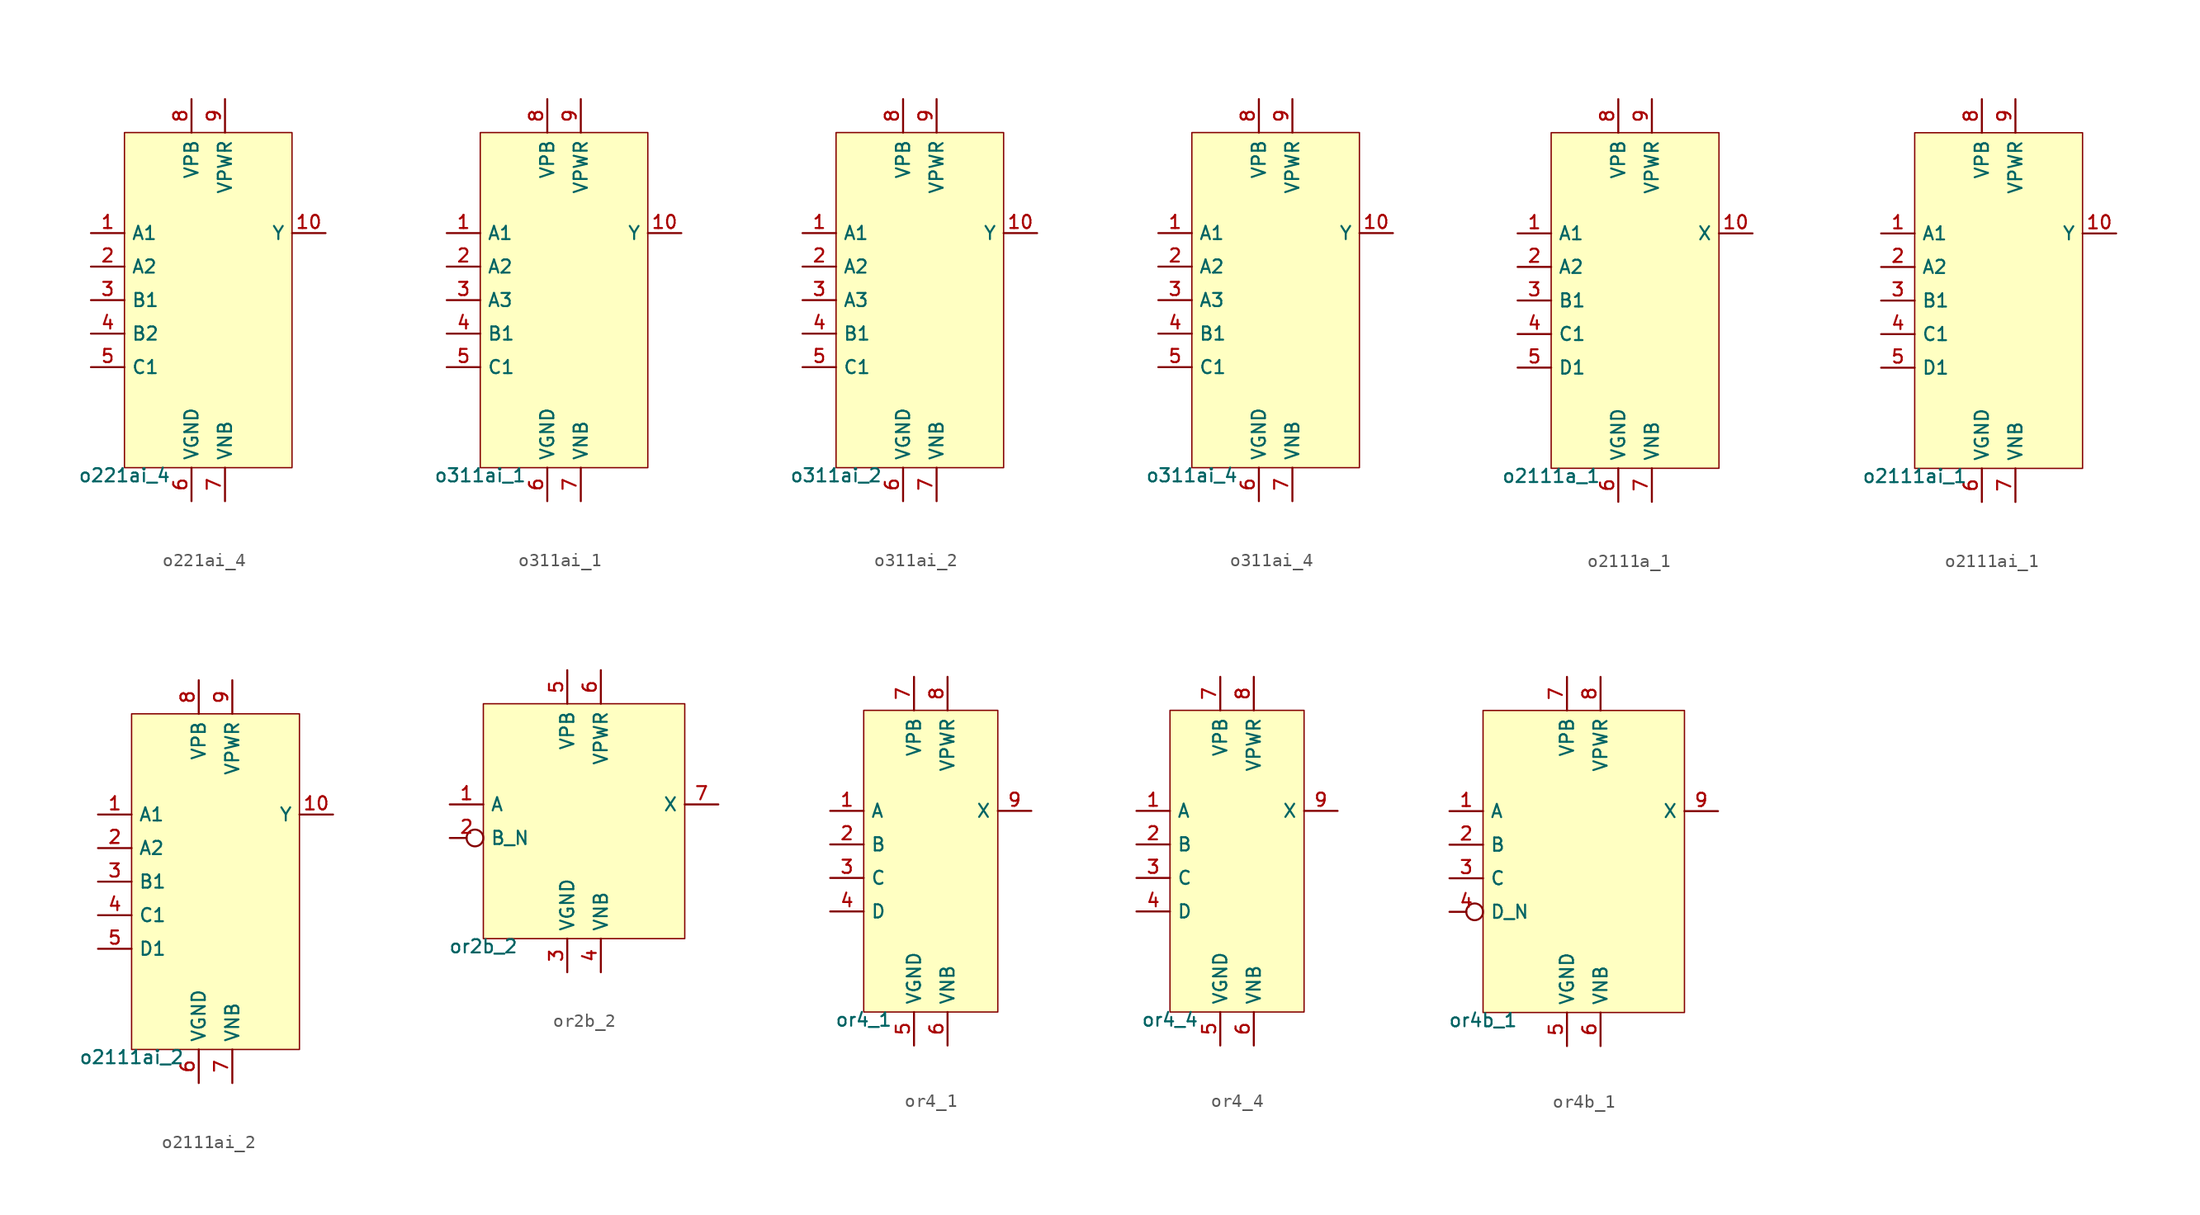
<source format=kicad_sym>
(kicad_symbol_lib
  (version 20211014)
  (generator pdk2kicad)
  (symbol "o221ai_4"
    (property "Reference" "X"
      (at 0 0 0)
      (effects (font (size 1 1)) hide))
    (property "Value" "o221ai_4"
      (at -6.35 -12.7 0)
      (effects (font (size 1 1)) (justify top)))
    (rectangle
      (start -6.35 -12.7)
      (end 6.35 12.7)
      (stroke (width 0.1) (type solid) (color 0 0 0 0))
      (fill (type background)))
    (pin input line
      (at -8.89 5.08 0)
      (length 2.54)
      (name "A1" (effects (font (size 1 1)) hide))
      (number "1" (effects (font (size 1 1)) hide)))
    (pin input line
      (at -8.89 2.54 0)
      (length 2.54)
      (name "A2" (effects (font (size 1 1)) hide))
      (number "2" (effects (font (size 1 1)) hide)))
    (pin input line
      (at -8.89 -8.881784197001252e-16 0)
      (length 2.54)
      (name "B1" (effects (font (size 1 1)) hide))
      (number "3" (effects (font (size 1 1)) hide)))
    (pin input line
      (at -8.89 -2.54 0)
      (length 2.54)
      (name "B2" (effects (font (size 1 1)) hide))
      (number "4" (effects (font (size 1 1)) hide)))
    (pin input line
      (at -8.89 -5.08 0)
      (length 2.54)
      (name "C1" (effects (font (size 1 1)) hide))
      (number "5" (effects (font (size 1 1)) hide)))
    (pin power_in line
      (at -1.27 -15.24 90)
      (length 2.54)
      (name "VGND" (effects (font (size 1 1)) hide))
      (number "6" (effects (font (size 1 1)) hide)))
    (pin power_in line
      (at 1.27 -15.24 90)
      (length 2.54)
      (name "VNB" (effects (font (size 1 1)) hide))
      (number "7" (effects (font (size 1 1)) hide)))
    (pin power_in line
      (at -1.27 15.24 270)
      (length 2.54)
      (name "VPB" (effects (font (size 1 1)) hide))
      (number "8" (effects (font (size 1 1)) hide)))
    (pin power_in line
      (at 1.27 15.24 270)
      (length 2.54)
      (name "VPWR" (effects (font (size 1 1)) hide))
      (number "9" (effects (font (size 1 1)) hide)))
    (pin output line
      (at 8.89 5.08 180)
      (length 2.54)
      (name "Y" (effects (font (size 1 1)) hide))
      (number "10" (effects (font (size 1 1)) hide))))
  (symbol "o311ai_1"
    (property "Reference" "X"
      (at 0 0 0)
      (effects (font (size 1 1)) hide))
    (property "Value" "o311ai_1"
      (at -6.35 -12.7 0)
      (effects (font (size 1 1)) (justify top)))
    (rectangle
      (start -6.35 -12.7)
      (end 6.35 12.7)
      (stroke (width 0.1) (type solid) (color 0 0 0 0))
      (fill (type background)))
    (pin input line
      (at -8.89 5.08 0)
      (length 2.54)
      (name "A1" (effects (font (size 1 1)) hide))
      (number "1" (effects (font (size 1 1)) hide)))
    (pin input line
      (at -8.89 2.54 0)
      (length 2.54)
      (name "A2" (effects (font (size 1 1)) hide))
      (number "2" (effects (font (size 1 1)) hide)))
    (pin input line
      (at -8.89 -8.881784197001252e-16 0)
      (length 2.54)
      (name "A3" (effects (font (size 1 1)) hide))
      (number "3" (effects (font (size 1 1)) hide)))
    (pin input line
      (at -8.89 -2.54 0)
      (length 2.54)
      (name "B1" (effects (font (size 1 1)) hide))
      (number "4" (effects (font (size 1 1)) hide)))
    (pin input line
      (at -8.89 -5.08 0)
      (length 2.54)
      (name "C1" (effects (font (size 1 1)) hide))
      (number "5" (effects (font (size 1 1)) hide)))
    (pin power_in line
      (at -1.27 -15.24 90)
      (length 2.54)
      (name "VGND" (effects (font (size 1 1)) hide))
      (number "6" (effects (font (size 1 1)) hide)))
    (pin power_in line
      (at 1.27 -15.24 90)
      (length 2.54)
      (name "VNB" (effects (font (size 1 1)) hide))
      (number "7" (effects (font (size 1 1)) hide)))
    (pin power_in line
      (at -1.27 15.24 270)
      (length 2.54)
      (name "VPB" (effects (font (size 1 1)) hide))
      (number "8" (effects (font (size 1 1)) hide)))
    (pin power_in line
      (at 1.27 15.24 270)
      (length 2.54)
      (name "VPWR" (effects (font (size 1 1)) hide))
      (number "9" (effects (font (size 1 1)) hide)))
    (pin output line
      (at 8.89 5.08 180)
      (length 2.54)
      (name "Y" (effects (font (size 1 1)) hide))
      (number "10" (effects (font (size 1 1)) hide))))
  (symbol "o311ai_2"
    (property "Reference" "X"
      (at 0 0 0)
      (effects (font (size 1 1)) hide))
    (property "Value" "o311ai_2"
      (at -6.35 -12.7 0)
      (effects (font (size 1 1)) (justify top)))
    (rectangle
      (start -6.35 -12.7)
      (end 6.35 12.7)
      (stroke (width 0.1) (type solid) (color 0 0 0 0))
      (fill (type background)))
    (pin input line
      (at -8.89 5.08 0)
      (length 2.54)
      (name "A1" (effects (font (size 1 1)) hide))
      (number "1" (effects (font (size 1 1)) hide)))
    (pin input line
      (at -8.89 2.54 0)
      (length 2.54)
      (name "A2" (effects (font (size 1 1)) hide))
      (number "2" (effects (font (size 1 1)) hide)))
    (pin input line
      (at -8.89 -8.881784197001252e-16 0)
      (length 2.54)
      (name "A3" (effects (font (size 1 1)) hide))
      (number "3" (effects (font (size 1 1)) hide)))
    (pin input line
      (at -8.89 -2.54 0)
      (length 2.54)
      (name "B1" (effects (font (size 1 1)) hide))
      (number "4" (effects (font (size 1 1)) hide)))
    (pin input line
      (at -8.89 -5.08 0)
      (length 2.54)
      (name "C1" (effects (font (size 1 1)) hide))
      (number "5" (effects (font (size 1 1)) hide)))
    (pin power_in line
      (at -1.27 -15.24 90)
      (length 2.54)
      (name "VGND" (effects (font (size 1 1)) hide))
      (number "6" (effects (font (size 1 1)) hide)))
    (pin power_in line
      (at 1.27 -15.24 90)
      (length 2.54)
      (name "VNB" (effects (font (size 1 1)) hide))
      (number "7" (effects (font (size 1 1)) hide)))
    (pin power_in line
      (at -1.27 15.24 270)
      (length 2.54)
      (name "VPB" (effects (font (size 1 1)) hide))
      (number "8" (effects (font (size 1 1)) hide)))
    (pin power_in line
      (at 1.27 15.24 270)
      (length 2.54)
      (name "VPWR" (effects (font (size 1 1)) hide))
      (number "9" (effects (font (size 1 1)) hide)))
    (pin output line
      (at 8.89 5.08 180)
      (length 2.54)
      (name "Y" (effects (font (size 1 1)) hide))
      (number "10" (effects (font (size 1 1)) hide))))
  (symbol "o311ai_4"
    (property "Reference" "X"
      (at 0 0 0)
      (effects (font (size 1 1)) hide))
    (property "Value" "o311ai_4"
      (at -6.35 -12.7 0)
      (effects (font (size 1 1)) (justify top)))
    (rectangle
      (start -6.35 -12.7)
      (end 6.35 12.7)
      (stroke (width 0.1) (type solid) (color 0 0 0 0))
      (fill (type background)))
    (pin input line
      (at -8.89 5.08 0)
      (length 2.54)
      (name "A1" (effects (font (size 1 1)) hide))
      (number "1" (effects (font (size 1 1)) hide)))
    (pin input line
      (at -8.89 2.54 0)
      (length 2.54)
      (name "A2" (effects (font (size 1 1)) hide))
      (number "2" (effects (font (size 1 1)) hide)))
    (pin input line
      (at -8.89 -8.881784197001252e-16 0)
      (length 2.54)
      (name "A3" (effects (font (size 1 1)) hide))
      (number "3" (effects (font (size 1 1)) hide)))
    (pin input line
      (at -8.89 -2.54 0)
      (length 2.54)
      (name "B1" (effects (font (size 1 1)) hide))
      (number "4" (effects (font (size 1 1)) hide)))
    (pin input line
      (at -8.89 -5.08 0)
      (length 2.54)
      (name "C1" (effects (font (size 1 1)) hide))
      (number "5" (effects (font (size 1 1)) hide)))
    (pin power_in line
      (at -1.27 -15.24 90)
      (length 2.54)
      (name "VGND" (effects (font (size 1 1)) hide))
      (number "6" (effects (font (size 1 1)) hide)))
    (pin power_in line
      (at 1.27 -15.24 90)
      (length 2.54)
      (name "VNB" (effects (font (size 1 1)) hide))
      (number "7" (effects (font (size 1 1)) hide)))
    (pin power_in line
      (at -1.27 15.24 270)
      (length 2.54)
      (name "VPB" (effects (font (size 1 1)) hide))
      (number "8" (effects (font (size 1 1)) hide)))
    (pin power_in line
      (at 1.27 15.24 270)
      (length 2.54)
      (name "VPWR" (effects (font (size 1 1)) hide))
      (number "9" (effects (font (size 1 1)) hide)))
    (pin output line
      (at 8.89 5.08 180)
      (length 2.54)
      (name "Y" (effects (font (size 1 1)) hide))
      (number "10" (effects (font (size 1 1)) hide))))
  (symbol "o2111a_1"
    (property "Reference" "X"
      (at 0 0 0)
      (effects (font (size 1 1)) hide))
    (property "Value" "o2111a_1"
      (at -6.35 -12.7 0)
      (effects (font (size 1 1)) (justify top)))
    (rectangle
      (start -6.35 -12.7)
      (end 6.35 12.7)
      (stroke (width 0.1) (type solid) (color 0 0 0 0))
      (fill (type background)))
    (pin input line
      (at -8.89 5.08 0)
      (length 2.54)
      (name "A1" (effects (font (size 1 1)) hide))
      (number "1" (effects (font (size 1 1)) hide)))
    (pin input line
      (at -8.89 2.54 0)
      (length 2.54)
      (name "A2" (effects (font (size 1 1)) hide))
      (number "2" (effects (font (size 1 1)) hide)))
    (pin input line
      (at -8.89 -8.881784197001252e-16 0)
      (length 2.54)
      (name "B1" (effects (font (size 1 1)) hide))
      (number "3" (effects (font (size 1 1)) hide)))
    (pin input line
      (at -8.89 -2.54 0)
      (length 2.54)
      (name "C1" (effects (font (size 1 1)) hide))
      (number "4" (effects (font (size 1 1)) hide)))
    (pin input line
      (at -8.89 -5.08 0)
      (length 2.54)
      (name "D1" (effects (font (size 1 1)) hide))
      (number "5" (effects (font (size 1 1)) hide)))
    (pin power_in line
      (at -1.27 -15.24 90)
      (length 2.54)
      (name "VGND" (effects (font (size 1 1)) hide))
      (number "6" (effects (font (size 1 1)) hide)))
    (pin power_in line
      (at 1.27 -15.24 90)
      (length 2.54)
      (name "VNB" (effects (font (size 1 1)) hide))
      (number "7" (effects (font (size 1 1)) hide)))
    (pin power_in line
      (at -1.27 15.24 270)
      (length 2.54)
      (name "VPB" (effects (font (size 1 1)) hide))
      (number "8" (effects (font (size 1 1)) hide)))
    (pin power_in line
      (at 1.27 15.24 270)
      (length 2.54)
      (name "VPWR" (effects (font (size 1 1)) hide))
      (number "9" (effects (font (size 1 1)) hide)))
    (pin output line
      (at 8.89 5.08 180)
      (length 2.54)
      (name "X" (effects (font (size 1 1)) hide))
      (number "10" (effects (font (size 1 1)) hide))))
  (symbol "o2111ai_1"
    (property "Reference" "X"
      (at 0 0 0)
      (effects (font (size 1 1)) hide))
    (property "Value" "o2111ai_1"
      (at -6.35 -12.7 0)
      (effects (font (size 1 1)) (justify top)))
    (rectangle
      (start -6.35 -12.7)
      (end 6.35 12.7)
      (stroke (width 0.1) (type solid) (color 0 0 0 0))
      (fill (type background)))
    (pin input line
      (at -8.89 5.08 0)
      (length 2.54)
      (name "A1" (effects (font (size 1 1)) hide))
      (number "1" (effects (font (size 1 1)) hide)))
    (pin input line
      (at -8.89 2.54 0)
      (length 2.54)
      (name "A2" (effects (font (size 1 1)) hide))
      (number "2" (effects (font (size 1 1)) hide)))
    (pin input line
      (at -8.89 -8.881784197001252e-16 0)
      (length 2.54)
      (name "B1" (effects (font (size 1 1)) hide))
      (number "3" (effects (font (size 1 1)) hide)))
    (pin input line
      (at -8.89 -2.54 0)
      (length 2.54)
      (name "C1" (effects (font (size 1 1)) hide))
      (number "4" (effects (font (size 1 1)) hide)))
    (pin input line
      (at -8.89 -5.08 0)
      (length 2.54)
      (name "D1" (effects (font (size 1 1)) hide))
      (number "5" (effects (font (size 1 1)) hide)))
    (pin power_in line
      (at -1.27 -15.24 90)
      (length 2.54)
      (name "VGND" (effects (font (size 1 1)) hide))
      (number "6" (effects (font (size 1 1)) hide)))
    (pin power_in line
      (at 1.27 -15.24 90)
      (length 2.54)
      (name "VNB" (effects (font (size 1 1)) hide))
      (number "7" (effects (font (size 1 1)) hide)))
    (pin power_in line
      (at -1.27 15.24 270)
      (length 2.54)
      (name "VPB" (effects (font (size 1 1)) hide))
      (number "8" (effects (font (size 1 1)) hide)))
    (pin power_in line
      (at 1.27 15.24 270)
      (length 2.54)
      (name "VPWR" (effects (font (size 1 1)) hide))
      (number "9" (effects (font (size 1 1)) hide)))
    (pin output line
      (at 8.89 5.08 180)
      (length 2.54)
      (name "Y" (effects (font (size 1 1)) hide))
      (number "10" (effects (font (size 1 1)) hide))))
  (symbol "o2111ai_2"
    (property "Reference" "X"
      (at 0 0 0)
      (effects (font (size 1 1)) hide))
    (property "Value" "o2111ai_2"
      (at -6.35 -12.7 0)
      (effects (font (size 1 1)) (justify top)))
    (rectangle
      (start -6.35 -12.7)
      (end 6.35 12.7)
      (stroke (width 0.1) (type solid) (color 0 0 0 0))
      (fill (type background)))
    (pin input line
      (at -8.89 5.08 0)
      (length 2.54)
      (name "A1" (effects (font (size 1 1)) hide))
      (number "1" (effects (font (size 1 1)) hide)))
    (pin input line
      (at -8.89 2.54 0)
      (length 2.54)
      (name "A2" (effects (font (size 1 1)) hide))
      (number "2" (effects (font (size 1 1)) hide)))
    (pin input line
      (at -8.89 -8.881784197001252e-16 0)
      (length 2.54)
      (name "B1" (effects (font (size 1 1)) hide))
      (number "3" (effects (font (size 1 1)) hide)))
    (pin input line
      (at -8.89 -2.54 0)
      (length 2.54)
      (name "C1" (effects (font (size 1 1)) hide))
      (number "4" (effects (font (size 1 1)) hide)))
    (pin input line
      (at -8.89 -5.08 0)
      (length 2.54)
      (name "D1" (effects (font (size 1 1)) hide))
      (number "5" (effects (font (size 1 1)) hide)))
    (pin power_in line
      (at -1.27 -15.24 90)
      (length 2.54)
      (name "VGND" (effects (font (size 1 1)) hide))
      (number "6" (effects (font (size 1 1)) hide)))
    (pin power_in line
      (at 1.27 -15.24 90)
      (length 2.54)
      (name "VNB" (effects (font (size 1 1)) hide))
      (number "7" (effects (font (size 1 1)) hide)))
    (pin power_in line
      (at -1.27 15.24 270)
      (length 2.54)
      (name "VPB" (effects (font (size 1 1)) hide))
      (number "8" (effects (font (size 1 1)) hide)))
    (pin power_in line
      (at 1.27 15.24 270)
      (length 2.54)
      (name "VPWR" (effects (font (size 1 1)) hide))
      (number "9" (effects (font (size 1 1)) hide)))
    (pin output line
      (at 8.89 5.08 180)
      (length 2.54)
      (name "Y" (effects (font (size 1 1)) hide))
      (number "10" (effects (font (size 1 1)) hide))))
  (symbol "or2b_2"
    (property "Reference" "X"
      (at 0 0 0)
      (effects (font (size 1 1)) hide))
    (property "Value" "or2b_2"
      (at -7.62 -8.89 0)
      (effects (font (size 1 1)) (justify top)))
    (rectangle
      (start -7.62 -8.89)
      (end 7.62 8.89)
      (stroke (width 0.1) (type solid) (color 0 0 0 0))
      (fill (type background)))
    (pin input line
      (at -10.16 1.27 0)
      (length 2.54)
      (name "A" (effects (font (size 1 1)) hide))
      (number "1" (effects (font (size 1 1)) hide)))
    (pin input inverted
      (at -10.16 -1.27 0)
      (length 2.54)
      (name "B_N" (effects (font (size 1 1)) hide))
      (number "2" (effects (font (size 1 1)) hide)))
    (pin power_in line
      (at -1.27 -11.43 90)
      (length 2.54)
      (name "VGND" (effects (font (size 1 1)) hide))
      (number "3" (effects (font (size 1 1)) hide)))
    (pin power_in line
      (at 1.27 -11.43 90)
      (length 2.54)
      (name "VNB" (effects (font (size 1 1)) hide))
      (number "4" (effects (font (size 1 1)) hide)))
    (pin power_in line
      (at -1.27 11.43 270)
      (length 2.54)
      (name "VPB" (effects (font (size 1 1)) hide))
      (number "5" (effects (font (size 1 1)) hide)))
    (pin power_in line
      (at 1.27 11.43 270)
      (length 2.54)
      (name "VPWR" (effects (font (size 1 1)) hide))
      (number "6" (effects (font (size 1 1)) hide)))
    (pin output line
      (at 10.16 1.27 180)
      (length 2.54)
      (name "X" (effects (font (size 1 1)) hide))
      (number "7" (effects (font (size 1 1)) hide))))
  (symbol "or4_1"
    (property "Reference" "X"
      (at 0 0 0)
      (effects (font (size 1 1)) hide))
    (property "Value" "or4_1"
      (at -5.08 -11.43 0)
      (effects (font (size 1 1)) (justify top)))
    (rectangle
      (start -5.08 -11.43)
      (end 5.08 11.43)
      (stroke (width 0.1) (type solid) (color 0 0 0 0))
      (fill (type background)))
    (pin input line
      (at -7.62 3.81 0)
      (length 2.54)
      (name "A" (effects (font (size 1 1)) hide))
      (number "1" (effects (font (size 1 1)) hide)))
    (pin input line
      (at -7.62 1.27 0)
      (length 2.54)
      (name "B" (effects (font (size 1 1)) hide))
      (number "2" (effects (font (size 1 1)) hide)))
    (pin input line
      (at -7.62 -1.27 0)
      (length 2.54)
      (name "C" (effects (font (size 1 1)) hide))
      (number "3" (effects (font (size 1 1)) hide)))
    (pin input line
      (at -7.62 -3.81 0)
      (length 2.54)
      (name "D" (effects (font (size 1 1)) hide))
      (number "4" (effects (font (size 1 1)) hide)))
    (pin power_in line
      (at -1.27 -13.97 90)
      (length 2.54)
      (name "VGND" (effects (font (size 1 1)) hide))
      (number "5" (effects (font (size 1 1)) hide)))
    (pin power_in line
      (at 1.27 -13.97 90)
      (length 2.54)
      (name "VNB" (effects (font (size 1 1)) hide))
      (number "6" (effects (font (size 1 1)) hide)))
    (pin power_in line
      (at -1.27 13.97 270)
      (length 2.54)
      (name "VPB" (effects (font (size 1 1)) hide))
      (number "7" (effects (font (size 1 1)) hide)))
    (pin power_in line
      (at 1.27 13.97 270)
      (length 2.54)
      (name "VPWR" (effects (font (size 1 1)) hide))
      (number "8" (effects (font (size 1 1)) hide)))
    (pin output line
      (at 7.62 3.81 180)
      (length 2.54)
      (name "X" (effects (font (size 1 1)) hide))
      (number "9" (effects (font (size 1 1)) hide))))
  (symbol "or4_4"
    (property "Reference" "X"
      (at 0 0 0)
      (effects (font (size 1 1)) hide))
    (property "Value" "or4_4"
      (at -5.08 -11.43 0)
      (effects (font (size 1 1)) (justify top)))
    (rectangle
      (start -5.08 -11.43)
      (end 5.08 11.43)
      (stroke (width 0.1) (type solid) (color 0 0 0 0))
      (fill (type background)))
    (pin input line
      (at -7.62 3.81 0)
      (length 2.54)
      (name "A" (effects (font (size 1 1)) hide))
      (number "1" (effects (font (size 1 1)) hide)))
    (pin input line
      (at -7.62 1.27 0)
      (length 2.54)
      (name "B" (effects (font (size 1 1)) hide))
      (number "2" (effects (font (size 1 1)) hide)))
    (pin input line
      (at -7.62 -1.27 0)
      (length 2.54)
      (name "C" (effects (font (size 1 1)) hide))
      (number "3" (effects (font (size 1 1)) hide)))
    (pin input line
      (at -7.62 -3.81 0)
      (length 2.54)
      (name "D" (effects (font (size 1 1)) hide))
      (number "4" (effects (font (size 1 1)) hide)))
    (pin power_in line
      (at -1.27 -13.97 90)
      (length 2.54)
      (name "VGND" (effects (font (size 1 1)) hide))
      (number "5" (effects (font (size 1 1)) hide)))
    (pin power_in line
      (at 1.27 -13.97 90)
      (length 2.54)
      (name "VNB" (effects (font (size 1 1)) hide))
      (number "6" (effects (font (size 1 1)) hide)))
    (pin power_in line
      (at -1.27 13.97 270)
      (length 2.54)
      (name "VPB" (effects (font (size 1 1)) hide))
      (number "7" (effects (font (size 1 1)) hide)))
    (pin power_in line
      (at 1.27 13.97 270)
      (length 2.54)
      (name "VPWR" (effects (font (size 1 1)) hide))
      (number "8" (effects (font (size 1 1)) hide)))
    (pin output line
      (at 7.62 3.81 180)
      (length 2.54)
      (name "X" (effects (font (size 1 1)) hide))
      (number "9" (effects (font (size 1 1)) hide))))
  (symbol "or4b_1"
    (property "Reference" "X"
      (at 0 0 0)
      (effects (font (size 1 1)) hide))
    (property "Value" "or4b_1"
      (at -7.62 -11.43 0)
      (effects (font (size 1 1)) (justify top)))
    (rectangle
      (start -7.62 -11.43)
      (end 7.62 11.43)
      (stroke (width 0.1) (type solid) (color 0 0 0 0))
      (fill (type background)))
    (pin input line
      (at -10.16 3.81 0)
      (length 2.54)
      (name "A" (effects (font (size 1 1)) hide))
      (number "1" (effects (font (size 1 1)) hide)))
    (pin input line
      (at -10.16 1.27 0)
      (length 2.54)
      (name "B" (effects (font (size 1 1)) hide))
      (number "2" (effects (font (size 1 1)) hide)))
    (pin input line
      (at -10.16 -1.27 0)
      (length 2.54)
      (name "C" (effects (font (size 1 1)) hide))
      (number "3" (effects (font (size 1 1)) hide)))
    (pin input inverted
      (at -10.16 -3.81 0)
      (length 2.54)
      (name "D_N" (effects (font (size 1 1)) hide))
      (number "4" (effects (font (size 1 1)) hide)))
    (pin power_in line
      (at -1.27 -13.97 90)
      (length 2.54)
      (name "VGND" (effects (font (size 1 1)) hide))
      (number "5" (effects (font (size 1 1)) hide)))
    (pin power_in line
      (at 1.27 -13.97 90)
      (length 2.54)
      (name "VNB" (effects (font (size 1 1)) hide))
      (number "6" (effects (font (size 1 1)) hide)))
    (pin power_in line
      (at -1.27 13.97 270)
      (length 2.54)
      (name "VPB" (effects (font (size 1 1)) hide))
      (number "7" (effects (font (size 1 1)) hide)))
    (pin power_in line
      (at 1.27 13.97 270)
      (length 2.54)
      (name "VPWR" (effects (font (size 1 1)) hide))
      (number "8" (effects (font (size 1 1)) hide)))
    (pin output line
      (at 10.16 3.81 180)
      (length 2.54)
      (name "X" (effects (font (size 1 1)) hide))
      (number "9" (effects (font (size 1 1)) hide)))))
</source>
